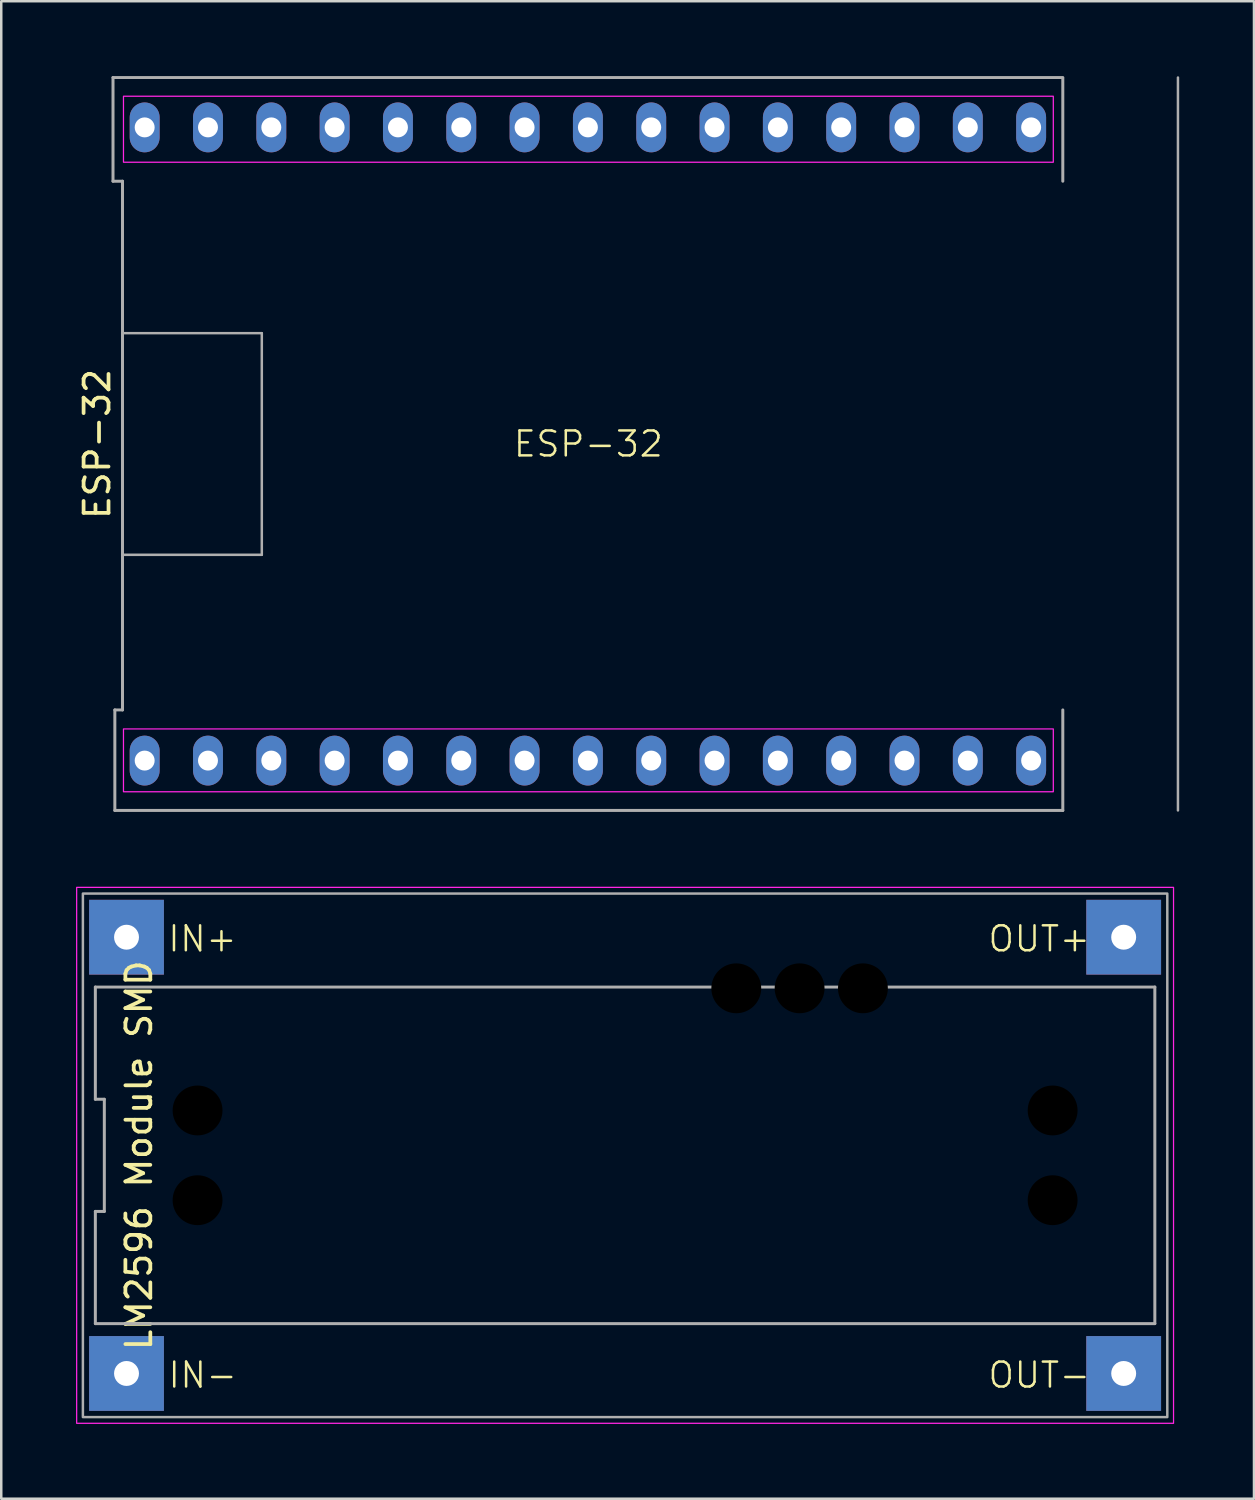
<source format=kicad_pcb>
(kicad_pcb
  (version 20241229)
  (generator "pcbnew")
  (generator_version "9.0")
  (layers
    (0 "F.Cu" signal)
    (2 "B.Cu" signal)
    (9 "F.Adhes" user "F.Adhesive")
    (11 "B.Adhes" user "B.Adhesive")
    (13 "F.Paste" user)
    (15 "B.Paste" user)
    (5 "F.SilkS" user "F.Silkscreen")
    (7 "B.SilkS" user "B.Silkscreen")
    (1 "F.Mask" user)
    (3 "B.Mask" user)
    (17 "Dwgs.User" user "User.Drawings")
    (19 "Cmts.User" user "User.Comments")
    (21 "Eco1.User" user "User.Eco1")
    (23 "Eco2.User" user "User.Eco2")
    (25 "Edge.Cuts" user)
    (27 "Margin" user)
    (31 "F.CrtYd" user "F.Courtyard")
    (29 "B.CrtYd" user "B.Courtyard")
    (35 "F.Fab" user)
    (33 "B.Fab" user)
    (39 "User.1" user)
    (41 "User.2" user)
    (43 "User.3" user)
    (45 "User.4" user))
  (footprint "ESP-32"
    (layer "F.Cu")
    (at 20.533 14.76)
    (property "Reference" "ESP-32" (at -19.685 0 90) (layer "F.SilkS") (effects (font (size 1 1) (thickness 0.15))))
    (attr through_hole)
    (fp_rect (start -18.63 -13.95) (end 18.669 -11.303) (stroke (width 0.05) (type default)) (fill no) (layer "F.CrtYd"))
    (fp_rect (start -18.63 13.95) (end 18.669 11.43) (stroke (width 0.05) (type default)) (fill no) (layer "F.CrtYd"))
    (fp_line (start -19.05 -14.7) (end -19.05 -10.541) (stroke (width 0.12) (type default)) (layer "F.Fab"))
    (fp_line (start -19.05 -10.541) (end -18.669 -10.541) (stroke (width 0.12) (type default)) (layer "F.Fab"))
    (fp_line (start -18.976 10.668) (end -18.976 14.7) (stroke (width 0.12) (type default)) (layer "F.Fab"))
    (fp_line (start -18.976 14.7) (end 19.05 14.7) (stroke (width 0.12) (type default)) (layer "F.Fab"))
    (fp_line (start -18.669 -10.541) (end -18.669 10.668) (stroke (width 0.12) (type default)) (layer "F.Fab"))
    (fp_line (start -18.669 4.445) (end -13.081 4.445) (stroke (width 0.1) (type default)) (layer "F.Fab"))
    (fp_line (start -18.669 10.668) (end -18.976 10.668) (stroke (width 0.12) (type default)) (layer "F.Fab"))
    (fp_line (start -13.081 -4.445) (end -18.669 -4.445) (stroke (width 0.1) (type default)) (layer "F.Fab"))
    (fp_line (start -13.081 4.445) (end -13.081 -4.445) (stroke (width 0.1) (type default)) (layer "F.Fab"))
    (fp_line (start 19.05 -14.7) (end -19.05 -14.7) (stroke (width 0.12) (type default)) (layer "F.Fab"))
    (fp_line (start 19.05 -10.541) (end 19.05 -14.668) (stroke (width 0.12) (type default)) (layer "F.Fab"))
    (fp_line (start 19.05 10.668) (end 19.05 14.7) (stroke (width 0.12) (type default)) (layer "F.Fab"))
    (fp_line (start 23.669 -14.7) (end 23.669 14.7) (stroke (width 0.1) (type default)) (layer "F.Fab"))
    (fp_text user "ESP-32" (at -3.048 0.584 0) (unlocked yes) (layer "F.SilkS") (effects (font (size 1 1) (thickness 0.1)) (justify left bottom)))
    (pad "1" thru_hole oval (at -17.78 12.7) (size 1.2 2) (drill 0.8) (layers "*.Cu" "*.Mask"))
    (pad "2" thru_hole oval (at -15.24 12.7) (size 1.2 2) (drill 0.8) (layers "*.Cu" "*.Mask"))
    (pad "3" thru_hole oval (at -12.7 12.7) (size 1.2 2) (drill 0.8) (layers "*.Cu" "*.Mask"))
    (pad "4" thru_hole oval (at -10.16 12.7) (size 1.2 2) (drill 0.8) (layers "*.Cu" "*.Mask"))
    (pad "5" thru_hole oval (at -7.62 12.7) (size 1.2 2) (drill 0.8) (layers "*.Cu" "*.Mask"))
    (pad "6" thru_hole oval (at -5.08 12.7) (size 1.2 2) (drill 0.8) (layers "*.Cu" "*.Mask"))
    (pad "7" thru_hole oval (at -2.54 12.7) (size 1.2 2) (drill 0.8) (layers "*.Cu" "*.Mask"))
    (pad "8" thru_hole oval (at 0 12.7) (size 1.2 2) (drill 0.8) (layers "*.Cu" "*.Mask"))
    (pad "9" thru_hole oval (at 2.54 12.7) (size 1.2 2) (drill 0.8) (layers "*.Cu" "*.Mask"))
    (pad "10" thru_hole oval (at 5.08 12.7) (size 1.2 2) (drill 0.8) (layers "*.Cu" "*.Mask"))
    (pad "11" thru_hole oval (at 7.62 12.7) (size 1.2 2) (drill 0.8) (layers "*.Cu" "*.Mask"))
    (pad "12" thru_hole oval (at 10.16 12.7) (size 1.2 2) (drill 0.8) (layers "*.Cu" "*.Mask"))
    (pad "13" thru_hole oval (at 12.7 12.7) (size 1.2 2) (drill 0.8) (layers "*.Cu" "*.Mask"))
    (pad "14" thru_hole oval (at 15.24 12.7) (size 1.2 2) (drill 0.8) (layers "*.Cu" "*.Mask"))
    (pad "15" thru_hole oval (at 17.78 12.7) (size 1.2 2) (drill 0.8) (layers "*.Cu" "*.Mask"))
    (pad "16" thru_hole oval (at 17.78 -12.7) (size 1.2 2) (drill 0.8) (layers "*.Cu" "*.Mask"))
    (pad "17" thru_hole oval (at 15.24 -12.7) (size 1.2 2) (drill 0.8) (layers "*.Cu" "*.Mask"))
    (pad "18" thru_hole oval (at 12.7 -12.7) (size 1.2 2) (drill 0.8) (layers "*.Cu" "*.Mask"))
    (pad "19" thru_hole oval (at 10.16 -12.7) (size 1.2 2) (drill 0.8) (layers "*.Cu" "*.Mask"))
    (pad "20" thru_hole oval (at 7.62 -12.7) (size 1.2 2) (drill 0.8) (layers "*.Cu" "*.Mask"))
    (pad "21" thru_hole oval (at 5.08 -12.7) (size 1.2 2) (drill 0.8) (layers "*.Cu" "*.Mask"))
    (pad "22" thru_hole oval (at 2.54 -12.7) (size 1.2 2) (drill 0.8) (layers "*.Cu" "*.Mask"))
    (pad "23" thru_hole oval (at 0 -12.7) (size 1.2 2) (drill 0.8) (layers "*.Cu" "*.Mask"))
    (pad "24" thru_hole oval (at -2.54 -12.7) (size 1.2 2) (drill 0.8) (layers "*.Cu" "*.Mask"))
    (pad "25" thru_hole oval (at -5.08 -12.7) (size 1.2 2) (drill 0.8) (layers "*.Cu" "*.Mask"))
    (pad "26" thru_hole oval (at -7.62 -12.7) (size 1.2 2) (drill 0.8) (layers "*.Cu" "*.Mask"))
    (pad "27" thru_hole oval (at -10.16 -12.7) (size 1.2 2) (drill 0.8) (layers "*.Cu" "*.Mask"))
    (pad "28" thru_hole oval (at -12.7 -12.7) (size 1.2 2) (drill 0.8) (layers "*.Cu" "*.Mask"))
    (pad "29" thru_hole oval (at -15.24 -12.7) (size 1.2 2) (drill 0.8) (layers "*.Cu" "*.Mask"))
    (pad "30" thru_hole oval (at -17.78 -12.7) (size 1.2 2) (drill 0.8) (layers "*.Cu" "*.Mask")))
  (footprint "LM2596 Module SMD"
    (layer "F.Cu")
    (at 22.025 43.295)
    (property "Reference" "LM2596 Module SMD" (at -19.5 0 90) (layer "F.SilkS") (effects (font (size 1 1) (thickness 0.15))))
    (attr through_hole)
    (fp_rect (start -22 -10.75) (end 22 10.75) (stroke (width 0.05) (type default)) (fill no) (layer "F.CrtYd"))
    (fp_line (start -21.25 -6.75) (end -21.25 -2.25) (stroke (width 0.12) (type default)) (layer "F.Fab"))
    (fp_line (start -21.25 -2.25) (end -20.89 -2.25) (stroke (width 0.12) (type default)) (layer "F.Fab"))
    (fp_line (start -21.25 2.25) (end -21.25 6.75) (stroke (width 0.12) (type default)) (layer "F.Fab"))
    (fp_line (start -21.25 6.75) (end 21.25 6.75) (stroke (width 0.12) (type default)) (layer "F.Fab"))
    (fp_line (start -20.89 -2.25) (end -20.89 2.25) (stroke (width 0.12) (type default)) (layer "F.Fab"))
    (fp_line (start -20.89 2.25) (end -21.25 2.25) (stroke (width 0.12) (type default)) (layer "F.Fab"))
    (fp_line (start 21.25 -6.75) (end -21.25 -6.75) (stroke (width 0.12) (type default)) (layer "F.Fab"))
    (fp_line (start 21.25 6.75) (end 21.25 -6.75) (stroke (width 0.12) (type default)) (layer "F.Fab"))
    (fp_rect (start -21.75 -10.5) (end 21.75 10.5) (stroke (width 0.1) (type default)) (fill no) (layer "F.Fab"))
    (fp_text user "IN+" (at -18.4 -8.1 0) (unlocked yes) (layer "F.SilkS") (effects (font (size 1 1) (thickness 0.1)) (justify left bottom)))
    (fp_text user "OUT+" (at 14.5 -8.1 0) (unlocked yes) (layer "F.SilkS") (effects (font (size 1 1) (thickness 0.1)) (justify left bottom)))
    (fp_text user "IN-" (at -18.39 9.4 0) (unlocked yes) (layer "F.SilkS") (effects (font (size 1 1) (thickness 0.1)) (justify left bottom)))
    (fp_text user "OUT-" (at 14.5 9.4 0) (unlocked yes) (layer "F.SilkS") (effects (font (size 1 1) (thickness 0.1)) (justify left bottom)))
    (pad "" np_thru_hole circle (at -17.15 -1.8) (size 2 2) (drill 2) (layers "*.Mask"))
    (pad "" np_thru_hole circle (at -17.15 1.8) (size 2 2) (drill 2) (layers "*.Mask"))
    (pad "" np_thru_hole circle (at 4.46 -6.7) (size 2 2) (drill 2) (layers "*.Mask"))
    (pad "" np_thru_hole circle (at 7 -6.7) (size 2 2) (drill 2) (layers "*.Mask"))
    (pad "" np_thru_hole circle (at 9.54 -6.7) (size 2 2) (drill 2) (layers "*.Mask"))
    (pad "" np_thru_hole circle (at 17.15 -1.8) (size 2 2) (drill 2) (layers "*.Mask"))
    (pad "" np_thru_hole circle (at 17.15 1.8) (size 2 2) (drill 2) (layers "*.Mask"))
    (pad "1" thru_hole rect (at -20 8.75) (size 3 3) (drill 1) (layers "*.Cu" "*.Mask"))
    (pad "2" thru_hole rect (at 20 8.75) (size 3 3) (drill 1) (layers "*.Cu" "*.Mask"))
    (pad "3" thru_hole rect (at 20 -8.75) (size 3 3) (drill 1) (layers "*.Cu" "*.Mask"))
    (pad "4" thru_hole rect (at -20 -8.75) (size 3 3) (drill 1) (layers "*.Cu" "*.Mask")))
  (gr_rect
    (start -3 -3)
    (end 47.252 57.07)
    (stroke (width 0.1) (type default))
    (fill no)
    (layer "Edge.Cuts")))
</source>
